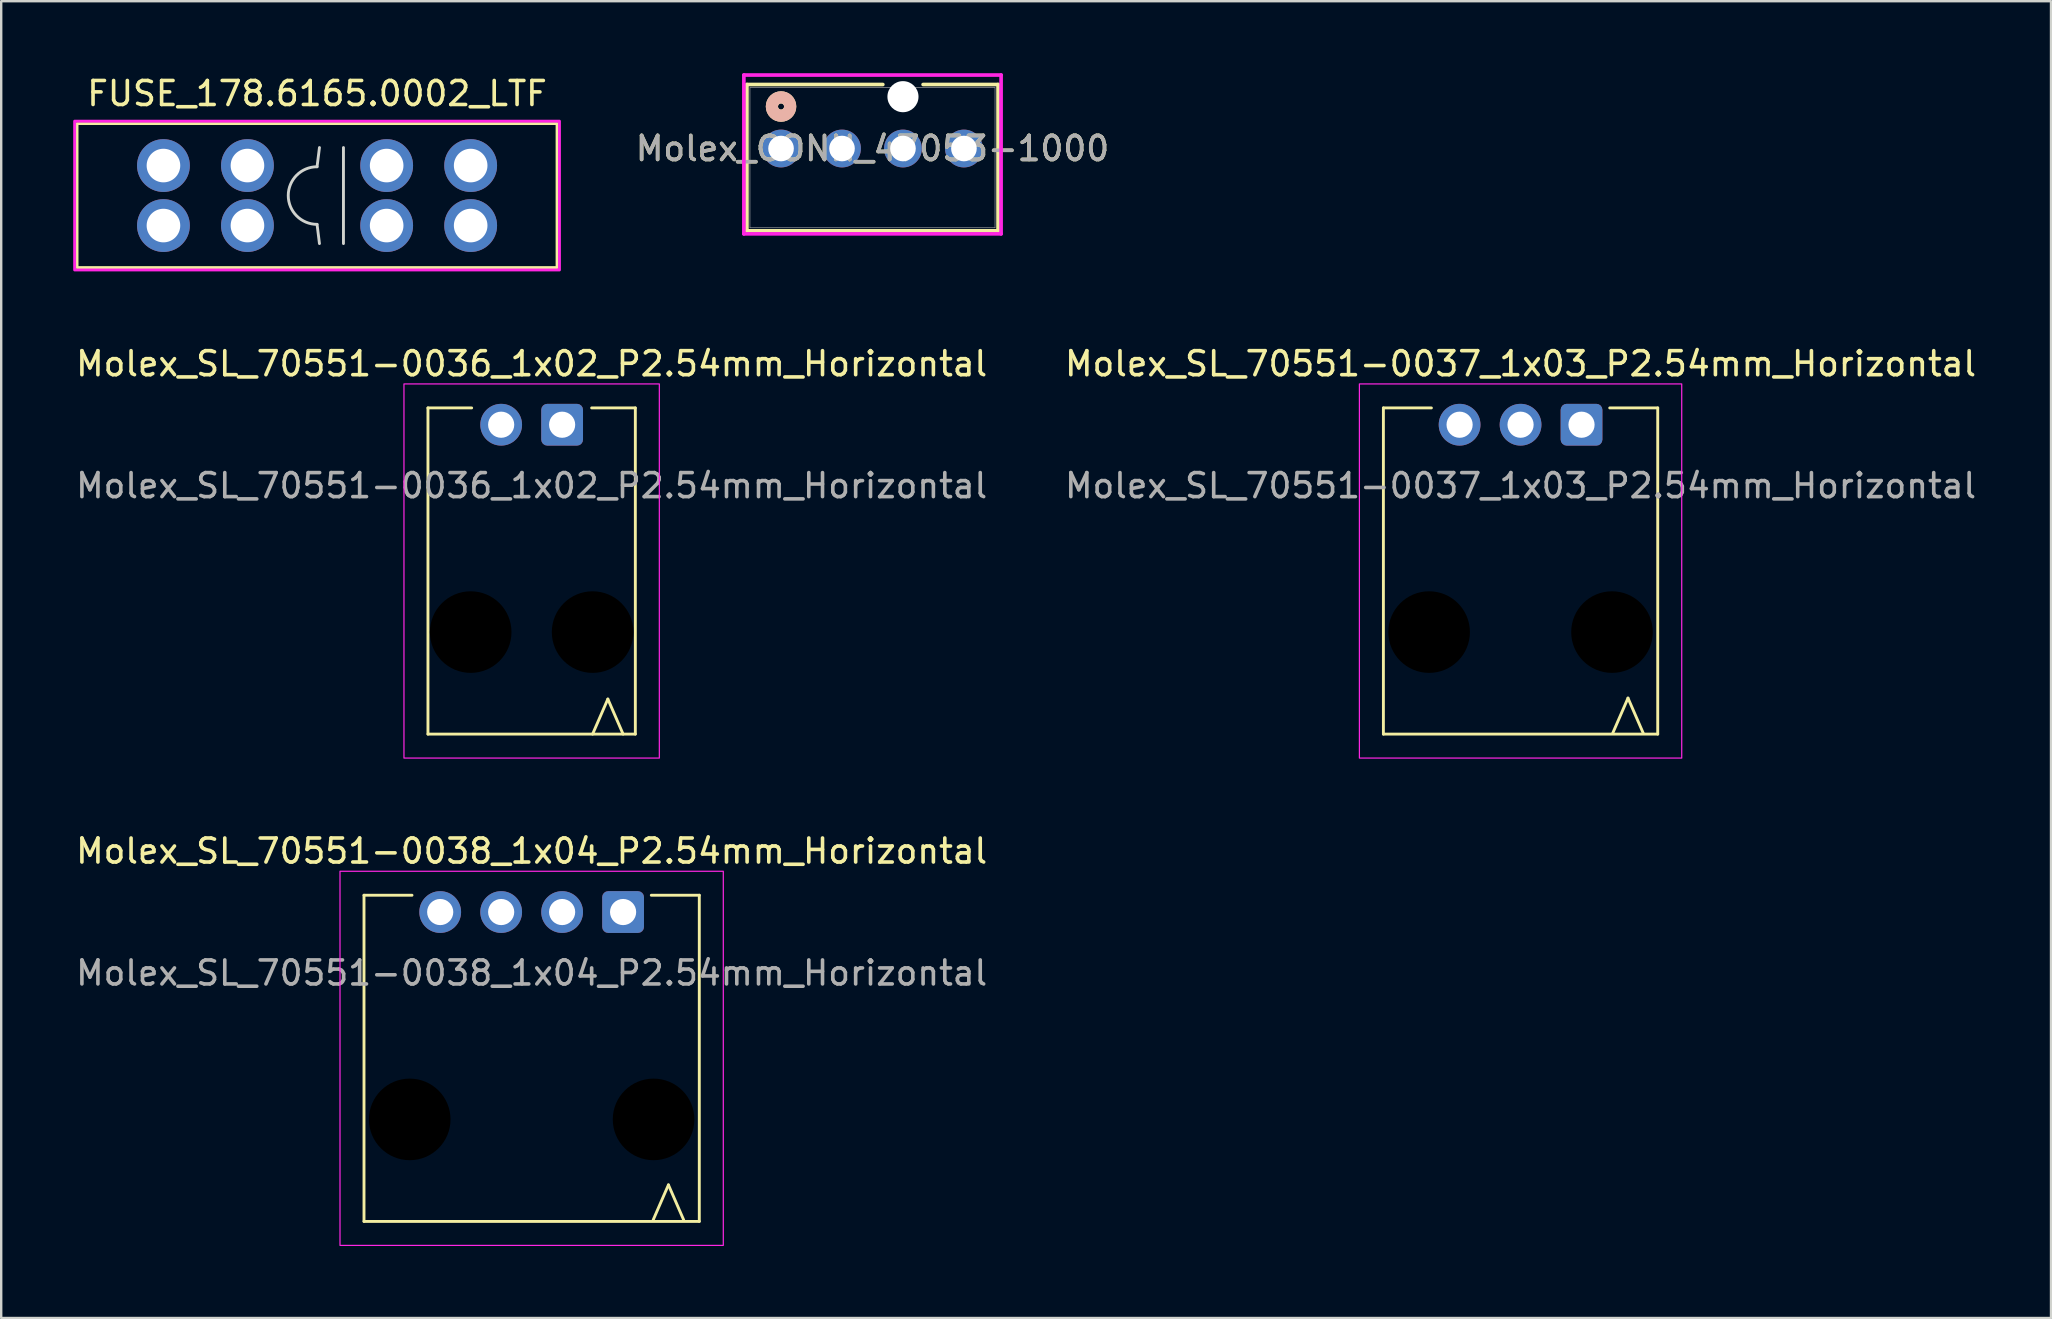
<source format=kicad_pcb>
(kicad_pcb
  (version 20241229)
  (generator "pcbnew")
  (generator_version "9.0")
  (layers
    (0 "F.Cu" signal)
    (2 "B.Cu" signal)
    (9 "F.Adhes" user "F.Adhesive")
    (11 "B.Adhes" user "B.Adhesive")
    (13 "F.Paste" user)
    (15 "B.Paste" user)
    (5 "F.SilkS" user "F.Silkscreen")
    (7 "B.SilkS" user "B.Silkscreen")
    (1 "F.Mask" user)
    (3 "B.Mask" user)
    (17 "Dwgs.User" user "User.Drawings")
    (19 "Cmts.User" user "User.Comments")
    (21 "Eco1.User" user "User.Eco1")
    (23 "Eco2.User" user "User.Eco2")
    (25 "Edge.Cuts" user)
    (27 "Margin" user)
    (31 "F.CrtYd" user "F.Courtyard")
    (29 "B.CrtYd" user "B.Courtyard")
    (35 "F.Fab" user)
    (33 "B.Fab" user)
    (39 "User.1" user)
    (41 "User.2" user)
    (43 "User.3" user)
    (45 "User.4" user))
  (footprint "Molex_SL_70551-0038_1x04_P2.54mm_Horizontal"
    (layer "F.Cu")
    (at 19.101 34.95)
    (property "Reference" "Molex_SL_70551-0038_1x04_P2.54mm_Horizontal" (at 0 -2.54 0) (layer "F.SilkS") (effects (font (size 1 1) (thickness 0.15))))
    (attr through_hole)
    (fp_line (start -6.985 12.89) (end -6.985 -0.7) (stroke (width 0.12) (type solid)) (layer "F.SilkS"))
    (fp_line (start -6.985 12.89) (end 6.985 12.89) (stroke (width 0.12) (type solid)) (layer "F.SilkS"))
    (fp_line (start -4.985 -0.7) (end -6.985 -0.7) (stroke (width 0.12) (type solid)) (layer "F.SilkS"))
    (fp_line (start 4.985 -0.7) (end 6.985 -0.7) (stroke (width 0.12) (type solid)) (layer "F.SilkS"))
    (fp_line (start 5.064 12.828) (end 5.699 11.368) (stroke (width 0.12) (type solid)) (layer "F.SilkS"))
    (fp_line (start 5.699 11.368) (end 6.334 12.828) (stroke (width 0.12) (type solid)) (layer "F.SilkS"))
    (fp_line (start 6.985 12.89) (end 6.985 -0.7) (stroke (width 0.12) (type solid)) (layer "F.SilkS"))
    (fp_rect (start -7.985 -1.7) (end 7.985 13.89) (stroke (width 0.05) (type solid)) (fill no) (layer "F.CrtYd"))
    (fp_text user "${REFERENCE}" (at 0 2.54 0) (layer "F.Fab") (effects (font (size 1 1) (thickness 0.15))))
    (pad "" np_thru_hole circle (at -5.08 8.64) (size 3.4 3.4) (drill 3.4) (layers "*.Mask"))
    (pad "" np_thru_hole circle (at 5.08 8.64) (size 3.4 3.4) (drill 3.4) (layers "*.Mask"))
    (pad "1" thru_hole roundrect (at 3.81 0) (size 1.74 1.74) (drill 1.09) (layers "*.Cu" "*.Mask") (roundrect_rratio 0.144))
    (pad "2" thru_hole circle (at 1.27 0) (size 1.74 1.74) (drill 1.09) (layers "*.Cu" "*.Mask"))
    (pad "3" thru_hole circle (at -1.27 0) (size 1.74 1.74) (drill 1.09) (layers "*.Cu" "*.Mask"))
    (pad "4" thru_hole circle (at -3.81 0) (size 1.74 1.74) (drill 1.09) (layers "*.Cu" "*.Mask")))
  (footprint "Molex_SL_70551-0036_1x02_P2.54mm_Horizontal"
    (layer "F.Cu")
    (at 19.101 14.646)
    (property "Reference" "Molex_SL_70551-0036_1x02_P2.54mm_Horizontal" (at 0 -2.54 0) (layer "F.SilkS") (effects (font (size 1 1) (thickness 0.15))))
    (attr through_hole)
    (fp_line (start -4.32 12.89) (end -4.32 -0.7) (stroke (width 0.12) (type solid)) (layer "F.SilkS"))
    (fp_line (start -4.32 12.89) (end 4.32 12.89) (stroke (width 0.12) (type solid)) (layer "F.SilkS"))
    (fp_line (start -2.5 -0.7) (end -4.32 -0.7) (stroke (width 0.12) (type solid)) (layer "F.SilkS"))
    (fp_line (start 2.5 -0.7) (end 4.32 -0.7) (stroke (width 0.12) (type solid)) (layer "F.SilkS"))
    (fp_line (start 2.54 12.89) (end 3.175 11.43) (stroke (width 0.12) (type solid)) (layer "F.SilkS"))
    (fp_line (start 3.175 11.43) (end 3.81 12.89) (stroke (width 0.12) (type solid)) (layer "F.SilkS"))
    (fp_line (start 4.32 12.89) (end 4.32 -0.7) (stroke (width 0.12) (type solid)) (layer "F.SilkS"))
    (fp_rect (start -5.32 -1.7) (end 5.32 13.89) (stroke (width 0.05) (type solid)) (fill no) (layer "F.CrtYd"))
    (fp_text user "${REFERENCE}" (at 0 2.54 0) (layer "F.Fab") (effects (font (size 1 1) (thickness 0.15))))
    (pad "" np_thru_hole circle (at -2.54 8.64) (size 3.4 3.4) (drill 3.4) (layers "*.Mask"))
    (pad "" np_thru_hole circle (at 2.54 8.64) (size 3.4 3.4) (drill 3.4) (layers "*.Mask"))
    (pad "1" thru_hole roundrect (at 1.27 0) (size 1.74 1.74) (drill 1.09) (layers "*.Cu" "*.Mask") (roundrect_rratio 0.144))
    (pad "2" thru_hole circle (at -1.27 0) (size 1.74 1.74) (drill 1.09) (layers "*.Cu" "*.Mask")))
  (footprint "Molex_SL_70551-0037_1x03_P2.54mm_Horizontal"
    (layer "F.Cu")
    (at 60.304 14.646)
    (property "Reference" "Molex_SL_70551-0037_1x03_P2.54mm_Horizontal" (at 0 -2.54 0) (layer "F.SilkS") (effects (font (size 1 1) (thickness 0.15))))
    (attr through_hole)
    (fp_line (start -5.715 12.89) (end -5.715 -0.7) (stroke (width 0.12) (type solid)) (layer "F.SilkS"))
    (fp_line (start -5.715 12.89) (end 5.715 12.89) (stroke (width 0.12) (type solid)) (layer "F.SilkS"))
    (fp_line (start -3.715 -0.7) (end -5.715 -0.7) (stroke (width 0.12) (type solid)) (layer "F.SilkS"))
    (fp_line (start 3.715 -0.7) (end 5.715 -0.7) (stroke (width 0.12) (type solid)) (layer "F.SilkS"))
    (fp_line (start 3.841 12.85) (end 4.476 11.39) (stroke (width 0.12) (type solid)) (layer "F.SilkS"))
    (fp_line (start 4.476 11.39) (end 5.111 12.85) (stroke (width 0.12) (type solid)) (layer "F.SilkS"))
    (fp_line (start 5.715 12.89) (end 5.715 -0.7) (stroke (width 0.12) (type solid)) (layer "F.SilkS"))
    (fp_rect (start -6.715 -1.7) (end 6.715 13.89) (stroke (width 0.05) (type solid)) (fill no) (layer "F.CrtYd"))
    (fp_text user "${REFERENCE}" (at 0 2.54 0) (layer "F.Fab") (effects (font (size 1 1) (thickness 0.15))))
    (pad "" np_thru_hole circle (at -3.81 8.64) (size 3.4 3.4) (drill 3.4) (layers "*.Mask"))
    (pad "" np_thru_hole circle (at 3.81 8.64) (size 3.4 3.4) (drill 3.4) (layers "*.Mask"))
    (pad "1" thru_hole roundrect (at 2.54 0) (size 1.74 1.74) (drill 1.09) (layers "*.Cu" "*.Mask") (roundrect_rratio 0.144))
    (pad "2" thru_hole circle (at 0 0) (size 1.74 1.74) (drill 1.09) (layers "*.Cu" "*.Mask"))
    (pad "3" thru_hole circle (at -2.54 0) (size 1.74 1.74) (drill 1.09) (layers "*.Cu" "*.Mask")))
  (footprint "Molex_CONN_47053-1000"
    (layer "F.Cu")
    (at 29.492 3.138)
    (property "Reference" "Molex_CONN_47053-1000" (at 3.81 0 0) (unlocked yes) (layer "F.SilkS") (effects (font (size 1 1) (thickness 0.15))))
    (attr through_hole)
    (fp_line (start -1.422 -2.667) (end -1.422 3.429) (stroke (width 0.152) (type solid)) (layer "F.SilkS"))
    (fp_line (start -1.422 3.429) (end 9.042 3.429) (stroke (width 0.152) (type solid)) (layer "F.SilkS"))
    (fp_line (start 4.241 -2.667) (end -1.422 -2.667) (stroke (width 0.152) (type solid)) (layer "F.SilkS"))
    (fp_line (start 9.042 -2.667) (end 5.919 -2.667) (stroke (width 0.152) (type solid)) (layer "F.SilkS"))
    (fp_line (start 9.042 3.429) (end 9.042 -2.667) (stroke (width 0.152) (type solid)) (layer "F.SilkS"))
    (fp_circle (center 0 -1.75) (end 0.381 -1.75) (stroke (width 0.508) (type solid)) (fill no) (layer "F.SilkS"))
    (fp_circle (center 0 -1.75) (end 0.381 -1.75) (stroke (width 0.508) (type solid)) (fill no) (layer "B.SilkS"))
    (fp_line (start -1.549 -3.062) (end -1.549 3.556) (stroke (width 0.152) (type solid)) (layer "F.CrtYd"))
    (fp_line (start -1.549 3.556) (end 9.169 3.556) (stroke (width 0.152) (type solid)) (layer "F.CrtYd"))
    (fp_line (start 9.169 -3.062) (end -1.549 -3.062) (stroke (width 0.152) (type solid)) (layer "F.CrtYd"))
    (fp_line (start 9.169 3.556) (end 9.169 -3.062) (stroke (width 0.152) (type solid)) (layer "F.CrtYd"))
    (fp_line (start -1.295 -2.54) (end -1.295 3.302) (stroke (width 0.025) (type solid)) (layer "F.Fab"))
    (fp_line (start -1.295 3.302) (end 8.915 3.302) (stroke (width 0.025) (type solid)) (layer "F.Fab"))
    (fp_line (start 8.915 -2.54) (end -1.295 -2.54) (stroke (width 0.025) (type solid)) (layer "F.Fab"))
    (fp_line (start 8.915 3.302) (end 8.915 -2.54) (stroke (width 0.025) (type solid)) (layer "F.Fab"))
    (fp_text user "${REFERENCE}" (at 3.81 0 0) (unlocked yes) (layer "F.Fab") (effects (font (size 1 1) (thickness 0.15))))
    (pad "" np_thru_hole circle (at 5.08 -2.16 90) (size 1.295 1.295) (drill 1.295) (layers "*.Cu" "*.Mask"))
    (pad "1" thru_hole circle (at 0 0) (size 1.575 1.575) (drill 1.067) (layers "*.Cu" "*.Mask"))
    (pad "2" thru_hole circle (at 2.54 0) (size 1.575 1.575) (drill 1.067) (layers "*.Cu" "*.Mask"))
    (pad "3" thru_hole circle (at 5.08 0) (size 1.575 1.575) (drill 1.067) (layers "*.Cu" "*.Mask"))
    (pad "4" thru_hole circle (at 7.62 0) (size 1.575 1.575) (drill 1.067) (layers "*.Cu" "*.Mask")))
  (footprint "FUSE_178.6165.0002_LTF"
    (layer "F.Cu")
    (at 3.76 3.848)
    (property "Reference" "FUSE_178.6165.0002_LTF" (at 6.4 -3 0) (unlocked yes) (layer "F.SilkS") (effects (font (size 1 1) (thickness 0.15))))
    (attr through_hole)
    (fp_rect (start -3.6 -1.75) (end 16.4 4.25) (stroke (width 0.12) (type solid)) (fill no) (layer "F.SilkS"))
    (fp_line (start 6.5 -0.75) (end 6.4 0.05) (stroke (width 0.12) (type solid)) (layer "Edge.Cuts"))
    (fp_line (start 6.5 3.25) (end 6.4 2.45) (stroke (width 0.12) (type solid)) (layer "Edge.Cuts"))
    (fp_line (start 7.5 -0.75) (end 7.5 3.25) (stroke (width 0.12) (type solid)) (layer "Edge.Cuts"))
    (fp_arc (start 6.4 2.45) (mid 5.2 1.25) (end 6.4 0.05) (stroke (width 0.12) (type solid)) (layer "Edge.Cuts"))
    (fp_rect (start -3.7 -1.85) (end 16.5 4.35) (stroke (width 0.12) (type solid)) (fill no) (layer "F.CrtYd"))
    (pad "1" thru_hole circle (at 0 0) (size 2.2 2.2) (drill 1.4) (layers "*.Cu" "*.Mask"))
    (pad "1" thru_hole circle (at 0 2.5) (size 2.2 2.2) (drill 1.4) (layers "*.Cu" "*.Mask"))
    (pad "1" thru_hole circle (at 3.5 0) (size 2.2 2.2) (drill 1.4) (layers "*.Cu" "*.Mask"))
    (pad "1" thru_hole circle (at 3.5 2.5) (size 2.2 2.2) (drill 1.4) (layers "*.Cu" "*.Mask"))
    (pad "2" thru_hole circle (at 9.3 0) (size 2.2 2.2) (drill 1.4) (layers "*.Cu" "*.Mask"))
    (pad "2" thru_hole circle (at 9.3 2.5) (size 2.2 2.2) (drill 1.4) (layers "*.Cu" "*.Mask"))
    (pad "2" thru_hole circle (at 12.8 0) (size 2.2 2.2) (drill 1.4) (layers "*.Cu" "*.Mask"))
    (pad "2" thru_hole circle (at 12.8 2.5) (size 2.2 2.2) (drill 1.4) (layers "*.Cu" "*.Mask"))
    (zone (net_name "") (layers "F.Cu" "B.Cu" "F.SilkS" "B.SilkS") (hatch edge 0.508) (connect_pads) (min_thickness 0.254) (filled_areas_thickness no) (keepout (tracks not_allowed) (vias allowed) (pads allowed) (copperpour not_allowed) (footprints allowed)) (placement (enabled no)) (fill) (polygon (pts (xy 11.76 8.098) (xy 8.51 8.098) (xy 8.51 2.098) (xy 11.76 2.098)))))
  (gr_rect
    (start -3 -3)
    (end 82.405 51.865)
    (stroke (width 0.1) (type default))
    (fill no)
    (layer "Edge.Cuts")))
</source>
